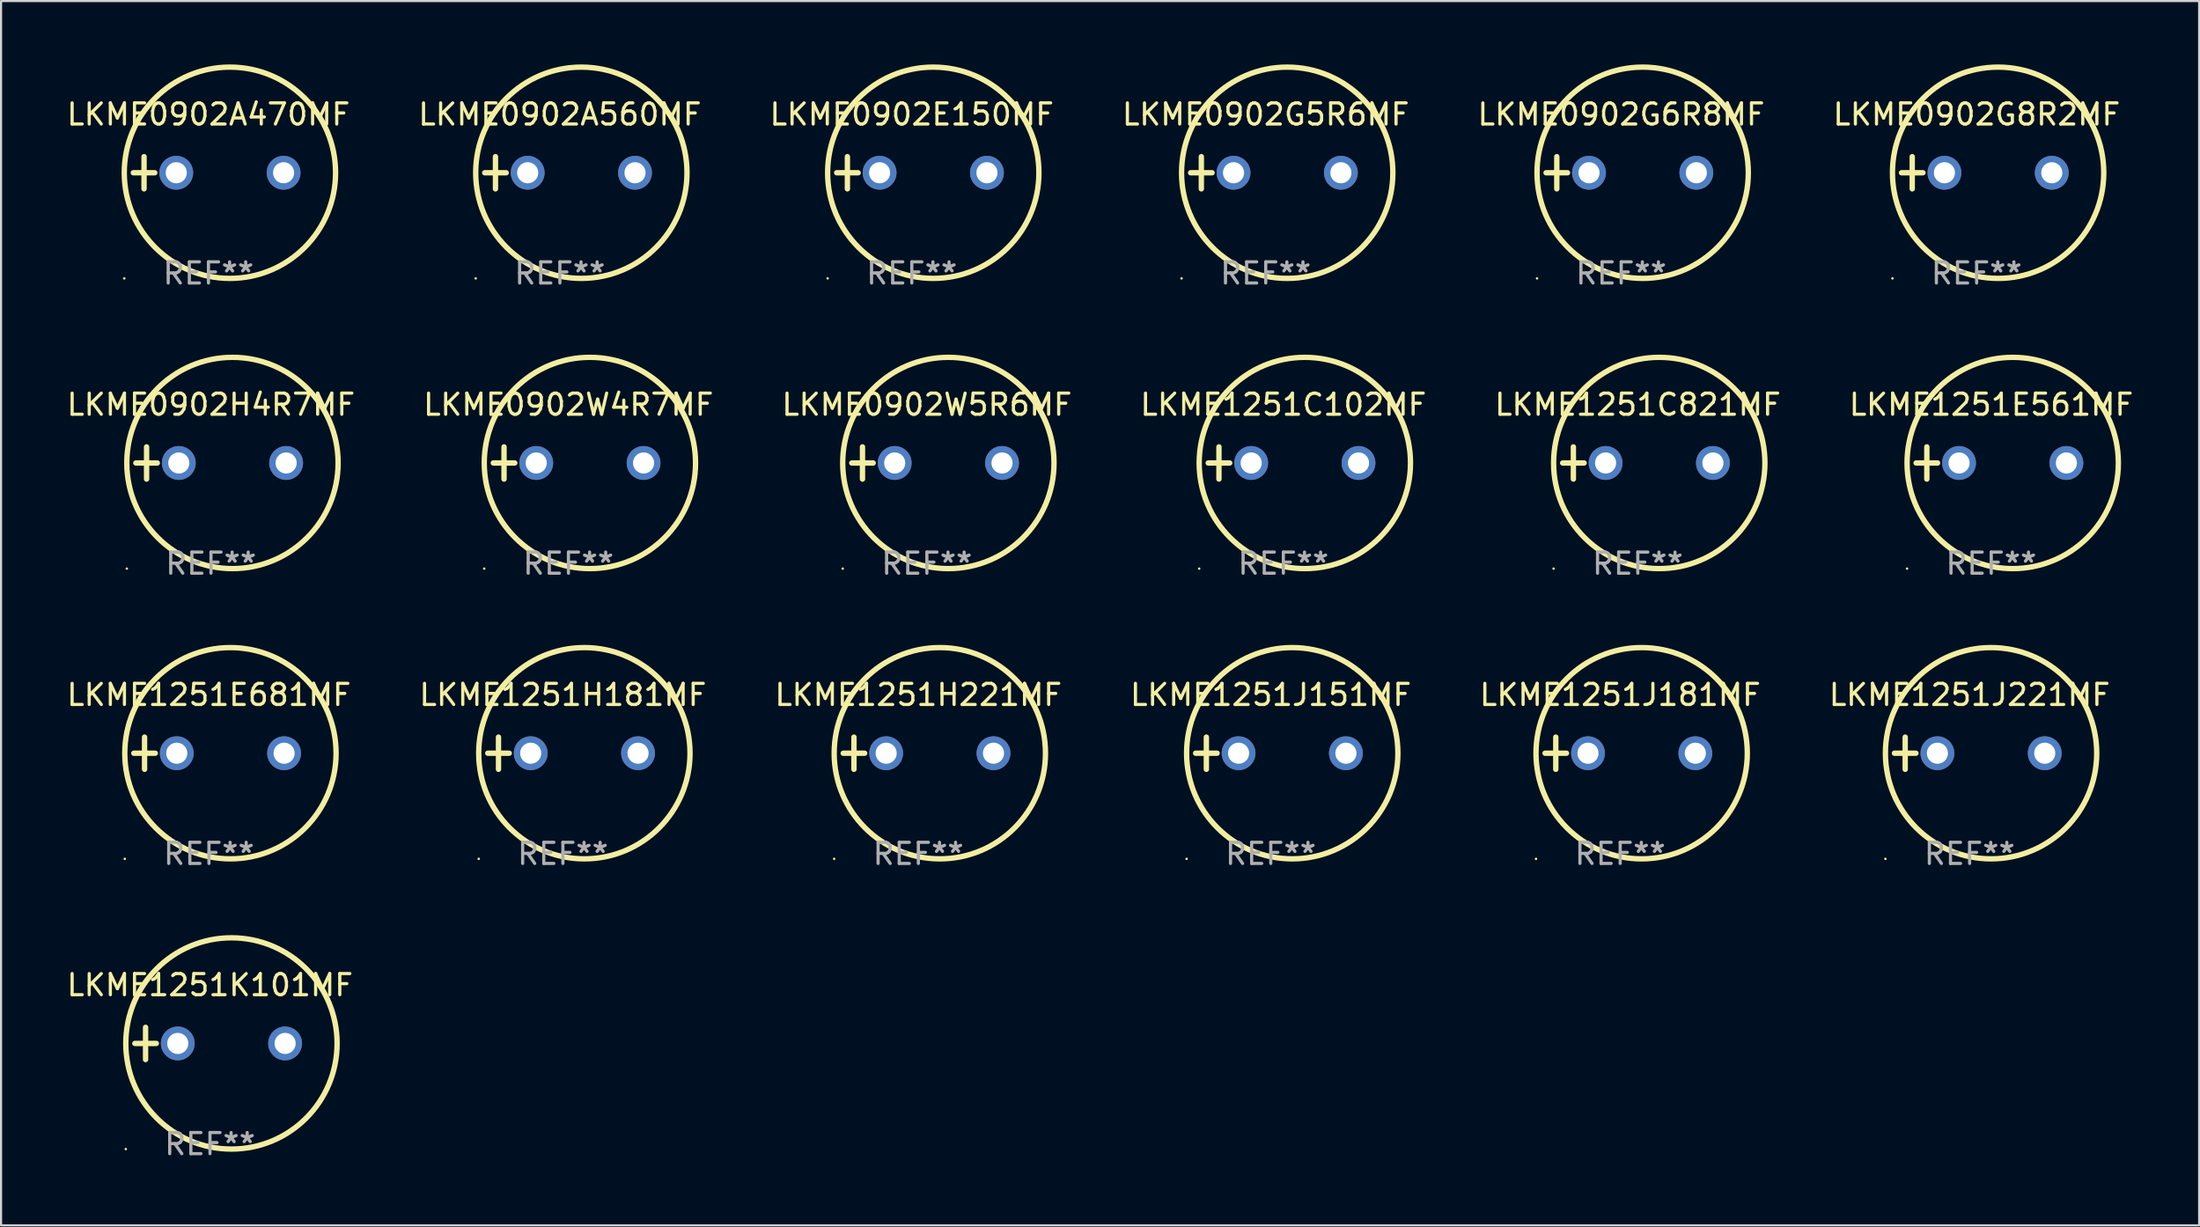
<source format=kicad_pcb>
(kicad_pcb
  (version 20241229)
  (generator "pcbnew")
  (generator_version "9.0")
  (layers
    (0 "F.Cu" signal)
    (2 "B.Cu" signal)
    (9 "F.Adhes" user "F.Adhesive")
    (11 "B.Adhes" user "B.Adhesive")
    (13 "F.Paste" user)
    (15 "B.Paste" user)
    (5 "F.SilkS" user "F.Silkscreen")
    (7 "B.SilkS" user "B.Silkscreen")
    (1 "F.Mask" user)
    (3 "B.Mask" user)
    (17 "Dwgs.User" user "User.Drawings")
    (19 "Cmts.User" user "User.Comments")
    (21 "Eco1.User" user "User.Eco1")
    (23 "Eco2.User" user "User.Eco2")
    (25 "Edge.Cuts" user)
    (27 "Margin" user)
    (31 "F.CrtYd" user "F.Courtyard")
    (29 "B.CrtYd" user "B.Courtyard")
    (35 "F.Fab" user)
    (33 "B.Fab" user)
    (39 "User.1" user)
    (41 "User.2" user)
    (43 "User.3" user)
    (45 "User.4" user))
  (footprint "LKME1251J151MF"
    (layer "F.Cu")
    (at 57.089 32.602)
    (property "Reference" "LKME1251J151MF" (at 0 -2.762 0) (layer "F.SilkS") (effects (font (size 1 1) (thickness 0.15))))
    (attr through_hole)
    (fp_line (start -3.556 0) (end -2.54 0) (stroke (width 0.254) (type solid)) (layer "F.SilkS"))
    (fp_line (start -3.048 -0.762) (end -3.048 0.762) (stroke (width 0.254) (type solid)) (layer "F.SilkS"))
    (fp_circle (center -3.984 5) (end -3.954 5) (stroke (width 0.06) (type solid)) (fill no) (layer "F.SilkS"))
    (fp_circle (center 1.016 0) (end 6.016 0) (stroke (width 0.254) (type solid)) (fill no) (layer "F.SilkS"))
    (fp_text user "REF**" (at 0 4.762 0) (layer "F.Fab") (effects (font (size 1 1) (thickness 0.15))))
    (pad "1" thru_hole circle (at -1.524 0) (size 1.6 1.6) (drill 1) (layers "*.Cu" "*.Mask"))
    (pad "2" thru_hole circle (at 3.556 0) (size 1.6 1.6) (drill 1) (layers "*.Cu" "*.Mask")))
  (footprint "LKME0902E150MF"
    (layer "F.Cu")
    (at 40.101 5.127)
    (property "Reference" "LKME0902E150MF" (at 0 -2.762 0) (layer "F.SilkS") (effects (font (size 1 1) (thickness 0.15))))
    (attr through_hole)
    (fp_line (start -3.556 0) (end -2.54 0) (stroke (width 0.254) (type solid)) (layer "F.SilkS"))
    (fp_line (start -3.048 -0.762) (end -3.048 0.762) (stroke (width 0.254) (type solid)) (layer "F.SilkS"))
    (fp_circle (center -3.984 5) (end -3.954 5) (stroke (width 0.06) (type solid)) (fill no) (layer "F.SilkS"))
    (fp_circle (center 1.016 0) (end 6.016 0) (stroke (width 0.254) (type solid)) (fill no) (layer "F.SilkS"))
    (fp_text user "REF**" (at 0 4.762 0) (layer "F.Fab") (effects (font (size 1 1) (thickness 0.15))))
    (pad "1" thru_hole circle (at -1.524 0) (size 1.6 1.6) (drill 1) (layers "*.Cu" "*.Mask"))
    (pad "2" thru_hole circle (at 3.556 0) (size 1.6 1.6) (drill 1) (layers "*.Cu" "*.Mask")))
  (footprint "LKME0902W4R7MF"
    (layer "F.Cu")
    (at 23.851 18.864)
    (property "Reference" "LKME0902W4R7MF" (at 0 -2.762 0) (layer "F.SilkS") (effects (font (size 1 1) (thickness 0.15))))
    (attr through_hole)
    (fp_line (start -3.556 0) (end -2.54 0) (stroke (width 0.254) (type solid)) (layer "F.SilkS"))
    (fp_line (start -3.048 -0.762) (end -3.048 0.762) (stroke (width 0.254) (type solid)) (layer "F.SilkS"))
    (fp_circle (center -3.984 5) (end -3.954 5) (stroke (width 0.06) (type solid)) (fill no) (layer "F.SilkS"))
    (fp_circle (center 1.016 0) (end 6.016 0) (stroke (width 0.254) (type solid)) (fill no) (layer "F.SilkS"))
    (fp_text user "REF**" (at 0 4.762 0) (layer "F.Fab") (effects (font (size 1 1) (thickness 0.15))))
    (pad "1" thru_hole circle (at -1.524 0) (size 1.6 1.6) (drill 1) (layers "*.Cu" "*.Mask"))
    (pad "2" thru_hole circle (at 3.556 0) (size 1.6 1.6) (drill 1) (layers "*.Cu" "*.Mask")))
  (footprint "LKME1251E561MF"
    (layer "F.Cu")
    (at 91.185 18.864)
    (property "Reference" "LKME1251E561MF" (at 0 -2.762 0) (layer "F.SilkS") (effects (font (size 1 1) (thickness 0.15))))
    (attr through_hole)
    (fp_line (start -3.556 0) (end -2.54 0) (stroke (width 0.254) (type solid)) (layer "F.SilkS"))
    (fp_line (start -3.048 -0.762) (end -3.048 0.762) (stroke (width 0.254) (type solid)) (layer "F.SilkS"))
    (fp_circle (center -3.984 5) (end -3.954 5) (stroke (width 0.06) (type solid)) (fill no) (layer "F.SilkS"))
    (fp_circle (center 1.016 0) (end 6.016 0) (stroke (width 0.254) (type solid)) (fill no) (layer "F.SilkS"))
    (fp_text user "REF**" (at 0 4.762 0) (layer "F.Fab") (effects (font (size 1 1) (thickness 0.15))))
    (pad "1" thru_hole circle (at -1.524 0) (size 1.6 1.6) (drill 1) (layers "*.Cu" "*.Mask"))
    (pad "2" thru_hole circle (at 3.556 0) (size 1.6 1.6) (drill 1) (layers "*.Cu" "*.Mask")))
  (footprint "LKME1251H181MF"
    (layer "F.Cu")
    (at 23.589 32.602)
    (property "Reference" "LKME1251H181MF" (at 0 -2.762 0) (layer "F.SilkS") (effects (font (size 1 1) (thickness 0.15))))
    (attr through_hole)
    (fp_line (start -3.556 0) (end -2.54 0) (stroke (width 0.254) (type solid)) (layer "F.SilkS"))
    (fp_line (start -3.048 -0.762) (end -3.048 0.762) (stroke (width 0.254) (type solid)) (layer "F.SilkS"))
    (fp_circle (center -3.984 5) (end -3.954 5) (stroke (width 0.06) (type solid)) (fill no) (layer "F.SilkS"))
    (fp_circle (center 1.016 0) (end 6.016 0) (stroke (width 0.254) (type solid)) (fill no) (layer "F.SilkS"))
    (fp_text user "REF**" (at 0 4.762 0) (layer "F.Fab") (effects (font (size 1 1) (thickness 0.15))))
    (pad "1" thru_hole circle (at -1.524 0) (size 1.6 1.6) (drill 1) (layers "*.Cu" "*.Mask"))
    (pad "2" thru_hole circle (at 3.556 0) (size 1.6 1.6) (drill 1) (layers "*.Cu" "*.Mask")))
  (footprint "LKME1251C821MF"
    (layer "F.Cu")
    (at 74.458 18.864)
    (property "Reference" "LKME1251C821MF" (at 0 -2.762 0) (layer "F.SilkS") (effects (font (size 1 1) (thickness 0.15))))
    (attr through_hole)
    (fp_line (start -3.556 0) (end -2.54 0) (stroke (width 0.254) (type solid)) (layer "F.SilkS"))
    (fp_line (start -3.048 -0.762) (end -3.048 0.762) (stroke (width 0.254) (type solid)) (layer "F.SilkS"))
    (fp_circle (center -3.984 5) (end -3.954 5) (stroke (width 0.06) (type solid)) (fill no) (layer "F.SilkS"))
    (fp_circle (center 1.016 0) (end 6.016 0) (stroke (width 0.254) (type solid)) (fill no) (layer "F.SilkS"))
    (fp_text user "REF**" (at 0 4.762 0) (layer "F.Fab") (effects (font (size 1 1) (thickness 0.15))))
    (pad "1" thru_hole circle (at -1.524 0) (size 1.6 1.6) (drill 1) (layers "*.Cu" "*.Mask"))
    (pad "2" thru_hole circle (at 3.556 0) (size 1.6 1.6) (drill 1) (layers "*.Cu" "*.Mask")))
  (footprint "LKME1251K101MF"
    (layer "F.Cu")
    (at 6.887 46.339)
    (property "Reference" "LKME1251K101MF" (at 0 -2.762 0) (layer "F.SilkS") (effects (font (size 1 1) (thickness 0.15))))
    (attr through_hole)
    (fp_line (start -3.556 0) (end -2.54 0) (stroke (width 0.254) (type solid)) (layer "F.SilkS"))
    (fp_line (start -3.048 -0.762) (end -3.048 0.762) (stroke (width 0.254) (type solid)) (layer "F.SilkS"))
    (fp_circle (center -3.984 5) (end -3.954 5) (stroke (width 0.06) (type solid)) (fill no) (layer "F.SilkS"))
    (fp_circle (center 1.016 0) (end 6.016 0) (stroke (width 0.254) (type solid)) (fill no) (layer "F.SilkS"))
    (fp_text user "REF**" (at 0 4.762 0) (layer "F.Fab") (effects (font (size 1 1) (thickness 0.15))))
    (pad "1" thru_hole circle (at -1.524 0) (size 1.6 1.6) (drill 1) (layers "*.Cu" "*.Mask"))
    (pad "2" thru_hole circle (at 3.556 0) (size 1.6 1.6) (drill 1) (layers "*.Cu" "*.Mask")))
  (footprint "LKME1251J221MF"
    (layer "F.Cu")
    (at 90.161 32.602)
    (property "Reference" "LKME1251J221MF" (at 0 -2.762 0) (layer "F.SilkS") (effects (font (size 1 1) (thickness 0.15))))
    (attr through_hole)
    (fp_line (start -3.556 0) (end -2.54 0) (stroke (width 0.254) (type solid)) (layer "F.SilkS"))
    (fp_line (start -3.048 -0.762) (end -3.048 0.762) (stroke (width 0.254) (type solid)) (layer "F.SilkS"))
    (fp_circle (center -3.984 5) (end -3.954 5) (stroke (width 0.06) (type solid)) (fill no) (layer "F.SilkS"))
    (fp_circle (center 1.016 0) (end 6.016 0) (stroke (width 0.254) (type solid)) (fill no) (layer "F.SilkS"))
    (fp_text user "REF**" (at 0 4.762 0) (layer "F.Fab") (effects (font (size 1 1) (thickness 0.15))))
    (pad "1" thru_hole circle (at -1.524 0) (size 1.6 1.6) (drill 1) (layers "*.Cu" "*.Mask"))
    (pad "2" thru_hole circle (at 3.556 0) (size 1.6 1.6) (drill 1) (layers "*.Cu" "*.Mask")))
  (footprint "LKME0902A560MF"
    (layer "F.Cu")
    (at 23.446 5.127)
    (property "Reference" "LKME0902A560MF" (at 0 -2.762 0) (layer "F.SilkS") (effects (font (size 1 1) (thickness 0.15))))
    (attr through_hole)
    (fp_line (start -3.556 0) (end -2.54 0) (stroke (width 0.254) (type solid)) (layer "F.SilkS"))
    (fp_line (start -3.048 -0.762) (end -3.048 0.762) (stroke (width 0.254) (type solid)) (layer "F.SilkS"))
    (fp_circle (center -3.984 5) (end -3.954 5) (stroke (width 0.06) (type solid)) (fill no) (layer "F.SilkS"))
    (fp_circle (center 1.016 0) (end 6.016 0) (stroke (width 0.254) (type solid)) (fill no) (layer "F.SilkS"))
    (fp_text user "REF**" (at 0 4.762 0) (layer "F.Fab") (effects (font (size 1 1) (thickness 0.15))))
    (pad "1" thru_hole circle (at -1.524 0) (size 1.6 1.6) (drill 1) (layers "*.Cu" "*.Mask"))
    (pad "2" thru_hole circle (at 3.556 0) (size 1.6 1.6) (drill 1) (layers "*.Cu" "*.Mask")))
  (footprint "LKME0902G5R6MF"
    (layer "F.Cu")
    (at 56.851 5.127)
    (property "Reference" "LKME0902G5R6MF" (at 0 -2.762 0) (layer "F.SilkS") (effects (font (size 1 1) (thickness 0.15))))
    (attr through_hole)
    (fp_line (start -3.556 0) (end -2.54 0) (stroke (width 0.254) (type solid)) (layer "F.SilkS"))
    (fp_line (start -3.048 -0.762) (end -3.048 0.762) (stroke (width 0.254) (type solid)) (layer "F.SilkS"))
    (fp_circle (center -3.984 5) (end -3.954 5) (stroke (width 0.06) (type solid)) (fill no) (layer "F.SilkS"))
    (fp_circle (center 1.016 0) (end 6.016 0) (stroke (width 0.254) (type solid)) (fill no) (layer "F.SilkS"))
    (fp_text user "REF**" (at 0 4.762 0) (layer "F.Fab") (effects (font (size 1 1) (thickness 0.15))))
    (pad "1" thru_hole circle (at -1.524 0) (size 1.6 1.6) (drill 1) (layers "*.Cu" "*.Mask"))
    (pad "2" thru_hole circle (at 3.556 0) (size 1.6 1.6) (drill 1) (layers "*.Cu" "*.Mask")))
  (footprint "LKME1251H221MF"
    (layer "F.Cu")
    (at 40.411 32.602)
    (property "Reference" "LKME1251H221MF" (at 0 -2.762 0) (layer "F.SilkS") (effects (font (size 1 1) (thickness 0.15))))
    (attr through_hole)
    (fp_line (start -3.556 0) (end -2.54 0) (stroke (width 0.254) (type solid)) (layer "F.SilkS"))
    (fp_line (start -3.048 -0.762) (end -3.048 0.762) (stroke (width 0.254) (type solid)) (layer "F.SilkS"))
    (fp_circle (center -3.984 5) (end -3.954 5) (stroke (width 0.06) (type solid)) (fill no) (layer "F.SilkS"))
    (fp_circle (center 1.016 0) (end 6.016 0) (stroke (width 0.254) (type solid)) (fill no) (layer "F.SilkS"))
    (fp_text user "REF**" (at 0 4.762 0) (layer "F.Fab") (effects (font (size 1 1) (thickness 0.15))))
    (pad "1" thru_hole circle (at -1.524 0) (size 1.6 1.6) (drill 1) (layers "*.Cu" "*.Mask"))
    (pad "2" thru_hole circle (at 3.556 0) (size 1.6 1.6) (drill 1) (layers "*.Cu" "*.Mask")))
  (footprint "LKME0902A470MF"
    (layer "F.Cu")
    (at 6.815 5.127)
    (property "Reference" "LKME0902A470MF" (at 0 -2.762 0) (layer "F.SilkS") (effects (font (size 1 1) (thickness 0.15))))
    (attr through_hole)
    (fp_line (start -3.556 0) (end -2.54 0) (stroke (width 0.254) (type solid)) (layer "F.SilkS"))
    (fp_line (start -3.048 -0.762) (end -3.048 0.762) (stroke (width 0.254) (type solid)) (layer "F.SilkS"))
    (fp_circle (center -3.984 5) (end -3.954 5) (stroke (width 0.06) (type solid)) (fill no) (layer "F.SilkS"))
    (fp_circle (center 1.016 0) (end 6.016 0) (stroke (width 0.254) (type solid)) (fill no) (layer "F.SilkS"))
    (fp_text user "REF**" (at 0 4.762 0) (layer "F.Fab") (effects (font (size 1 1) (thickness 0.15))))
    (pad "1" thru_hole circle (at -1.524 0) (size 1.6 1.6) (drill 1) (layers "*.Cu" "*.Mask"))
    (pad "2" thru_hole circle (at 3.556 0) (size 1.6 1.6) (drill 1) (layers "*.Cu" "*.Mask")))
  (footprint "LKME0902G6R8MF"
    (layer "F.Cu")
    (at 73.673 5.127)
    (property "Reference" "LKME0902G6R8MF" (at 0 -2.762 0) (layer "F.SilkS") (effects (font (size 1 1) (thickness 0.15))))
    (attr through_hole)
    (fp_line (start -3.556 0) (end -2.54 0) (stroke (width 0.254) (type solid)) (layer "F.SilkS"))
    (fp_line (start -3.048 -0.762) (end -3.048 0.762) (stroke (width 0.254) (type solid)) (layer "F.SilkS"))
    (fp_circle (center -3.984 5) (end -3.954 5) (stroke (width 0.06) (type solid)) (fill no) (layer "F.SilkS"))
    (fp_circle (center 1.016 0) (end 6.016 0) (stroke (width 0.254) (type solid)) (fill no) (layer "F.SilkS"))
    (fp_text user "REF**" (at 0 4.762 0) (layer "F.Fab") (effects (font (size 1 1) (thickness 0.15))))
    (pad "1" thru_hole circle (at -1.524 0) (size 1.6 1.6) (drill 1) (layers "*.Cu" "*.Mask"))
    (pad "2" thru_hole circle (at 3.556 0) (size 1.6 1.6) (drill 1) (layers "*.Cu" "*.Mask")))
  (footprint "LKME1251J181MF"
    (layer "F.Cu")
    (at 73.625 32.602)
    (property "Reference" "LKME1251J181MF" (at 0 -2.762 0) (layer "F.SilkS") (effects (font (size 1 1) (thickness 0.15))))
    (attr through_hole)
    (fp_line (start -3.556 0) (end -2.54 0) (stroke (width 0.254) (type solid)) (layer "F.SilkS"))
    (fp_line (start -3.048 -0.762) (end -3.048 0.762) (stroke (width 0.254) (type solid)) (layer "F.SilkS"))
    (fp_circle (center -3.984 5) (end -3.954 5) (stroke (width 0.06) (type solid)) (fill no) (layer "F.SilkS"))
    (fp_circle (center 1.016 0) (end 6.016 0) (stroke (width 0.254) (type solid)) (fill no) (layer "F.SilkS"))
    (fp_text user "REF**" (at 0 4.762 0) (layer "F.Fab") (effects (font (size 1 1) (thickness 0.15))))
    (pad "1" thru_hole circle (at -1.524 0) (size 1.6 1.6) (drill 1) (layers "*.Cu" "*.Mask"))
    (pad "2" thru_hole circle (at 3.556 0) (size 1.6 1.6) (drill 1) (layers "*.Cu" "*.Mask")))
  (footprint "LKME0902H4R7MF"
    (layer "F.Cu")
    (at 6.935 18.864)
    (property "Reference" "LKME0902H4R7MF" (at 0 -2.762 0) (layer "F.SilkS") (effects (font (size 1 1) (thickness 0.15))))
    (attr through_hole)
    (fp_line (start -3.556 0) (end -2.54 0) (stroke (width 0.254) (type solid)) (layer "F.SilkS"))
    (fp_line (start -3.048 -0.762) (end -3.048 0.762) (stroke (width 0.254) (type solid)) (layer "F.SilkS"))
    (fp_circle (center -3.984 5) (end -3.954 5) (stroke (width 0.06) (type solid)) (fill no) (layer "F.SilkS"))
    (fp_circle (center 1.016 0) (end 6.016 0) (stroke (width 0.254) (type solid)) (fill no) (layer "F.SilkS"))
    (fp_text user "REF**" (at 0 4.762 0) (layer "F.Fab") (effects (font (size 1 1) (thickness 0.15))))
    (pad "1" thru_hole circle (at -1.524 0) (size 1.6 1.6) (drill 1) (layers "*.Cu" "*.Mask"))
    (pad "2" thru_hole circle (at 3.556 0) (size 1.6 1.6) (drill 1) (layers "*.Cu" "*.Mask")))
  (footprint "LKME0902W5R6MF"
    (layer "F.Cu")
    (at 40.815 18.864)
    (property "Reference" "LKME0902W5R6MF" (at 0 -2.762 0) (layer "F.SilkS") (effects (font (size 1 1) (thickness 0.15))))
    (attr through_hole)
    (fp_line (start -3.556 0) (end -2.54 0) (stroke (width 0.254) (type solid)) (layer "F.SilkS"))
    (fp_line (start -3.048 -0.762) (end -3.048 0.762) (stroke (width 0.254) (type solid)) (layer "F.SilkS"))
    (fp_circle (center -3.984 5) (end -3.954 5) (stroke (width 0.06) (type solid)) (fill no) (layer "F.SilkS"))
    (fp_circle (center 1.016 0) (end 6.016 0) (stroke (width 0.254) (type solid)) (fill no) (layer "F.SilkS"))
    (fp_text user "REF**" (at 0 4.762 0) (layer "F.Fab") (effects (font (size 1 1) (thickness 0.15))))
    (pad "1" thru_hole circle (at -1.524 0) (size 1.6 1.6) (drill 1) (layers "*.Cu" "*.Mask"))
    (pad "2" thru_hole circle (at 3.556 0) (size 1.6 1.6) (drill 1) (layers "*.Cu" "*.Mask")))
  (footprint "LKME1251E681MF"
    (layer "F.Cu")
    (at 6.839 32.602)
    (property "Reference" "LKME1251E681MF" (at 0 -2.762 0) (layer "F.SilkS") (effects (font (size 1 1) (thickness 0.15))))
    (attr through_hole)
    (fp_line (start -3.556 0) (end -2.54 0) (stroke (width 0.254) (type solid)) (layer "F.SilkS"))
    (fp_line (start -3.048 -0.762) (end -3.048 0.762) (stroke (width 0.254) (type solid)) (layer "F.SilkS"))
    (fp_circle (center -3.984 5) (end -3.954 5) (stroke (width 0.06) (type solid)) (fill no) (layer "F.SilkS"))
    (fp_circle (center 1.016 0) (end 6.016 0) (stroke (width 0.254) (type solid)) (fill no) (layer "F.SilkS"))
    (fp_text user "REF**" (at 0 4.762 0) (layer "F.Fab") (effects (font (size 1 1) (thickness 0.15))))
    (pad "1" thru_hole circle (at -1.524 0) (size 1.6 1.6) (drill 1) (layers "*.Cu" "*.Mask"))
    (pad "2" thru_hole circle (at 3.556 0) (size 1.6 1.6) (drill 1) (layers "*.Cu" "*.Mask")))
  (footprint "LKME0902G8R2MF"
    (layer "F.Cu")
    (at 90.494 5.127)
    (property "Reference" "LKME0902G8R2MF" (at 0 -2.762 0) (layer "F.SilkS") (effects (font (size 1 1) (thickness 0.15))))
    (attr through_hole)
    (fp_line (start -3.556 0) (end -2.54 0) (stroke (width 0.254) (type solid)) (layer "F.SilkS"))
    (fp_line (start -3.048 -0.762) (end -3.048 0.762) (stroke (width 0.254) (type solid)) (layer "F.SilkS"))
    (fp_circle (center -3.984 5) (end -3.954 5) (stroke (width 0.06) (type solid)) (fill no) (layer "F.SilkS"))
    (fp_circle (center 1.016 0) (end 6.016 0) (stroke (width 0.254) (type solid)) (fill no) (layer "F.SilkS"))
    (fp_text user "REF**" (at 0 4.762 0) (layer "F.Fab") (effects (font (size 1 1) (thickness 0.15))))
    (pad "1" thru_hole circle (at -1.524 0) (size 1.6 1.6) (drill 1) (layers "*.Cu" "*.Mask"))
    (pad "2" thru_hole circle (at 3.556 0) (size 1.6 1.6) (drill 1) (layers "*.Cu" "*.Mask")))
  (footprint "LKME1251C102MF"
    (layer "F.Cu")
    (at 57.685 18.864)
    (property "Reference" "LKME1251C102MF" (at 0 -2.762 0) (layer "F.SilkS") (effects (font (size 1 1) (thickness 0.15))))
    (attr through_hole)
    (fp_line (start -3.556 0) (end -2.54 0) (stroke (width 0.254) (type solid)) (layer "F.SilkS"))
    (fp_line (start -3.048 -0.762) (end -3.048 0.762) (stroke (width 0.254) (type solid)) (layer "F.SilkS"))
    (fp_circle (center -3.984 5) (end -3.954 5) (stroke (width 0.06) (type solid)) (fill no) (layer "F.SilkS"))
    (fp_circle (center 1.016 0) (end 6.016 0) (stroke (width 0.254) (type solid)) (fill no) (layer "F.SilkS"))
    (fp_text user "REF**" (at 0 4.762 0) (layer "F.Fab") (effects (font (size 1 1) (thickness 0.15))))
    (pad "1" thru_hole circle (at -1.524 0) (size 1.6 1.6) (drill 1) (layers "*.Cu" "*.Mask"))
    (pad "2" thru_hole circle (at 3.556 0) (size 1.6 1.6) (drill 1) (layers "*.Cu" "*.Mask")))
  (gr_rect
    (start -3 -3)
    (end 101.024 54.949)
    (stroke (width 0.1) (type default))
    (fill no)
    (layer "Edge.Cuts")))
</source>
